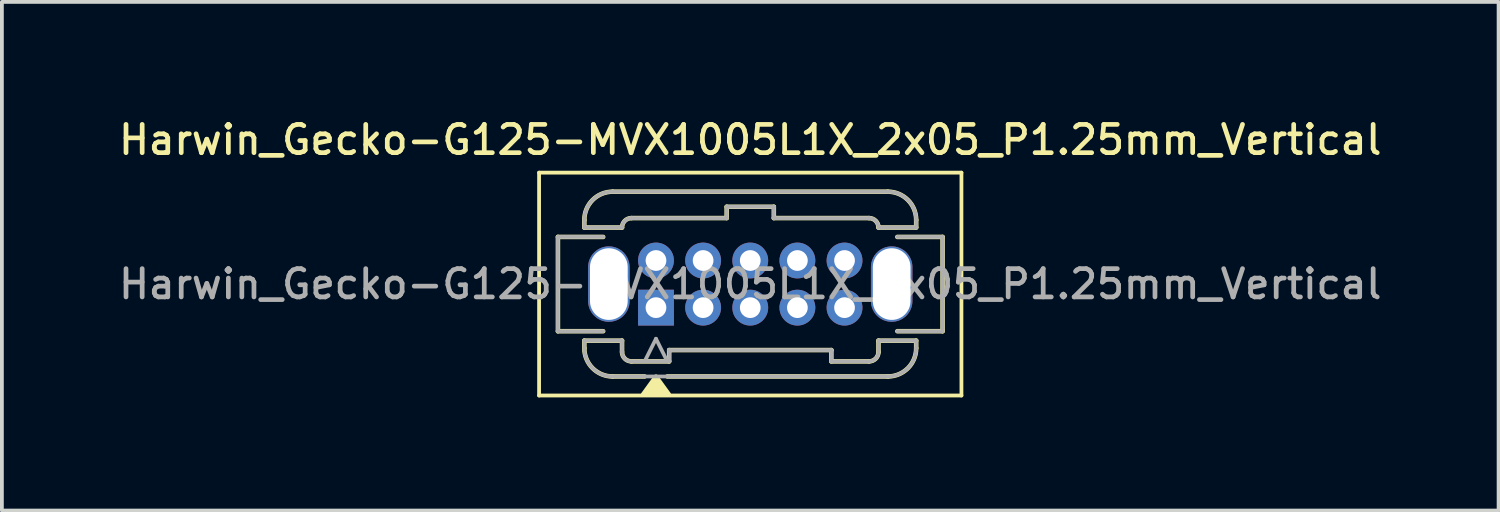
<source format=kicad_pcb>
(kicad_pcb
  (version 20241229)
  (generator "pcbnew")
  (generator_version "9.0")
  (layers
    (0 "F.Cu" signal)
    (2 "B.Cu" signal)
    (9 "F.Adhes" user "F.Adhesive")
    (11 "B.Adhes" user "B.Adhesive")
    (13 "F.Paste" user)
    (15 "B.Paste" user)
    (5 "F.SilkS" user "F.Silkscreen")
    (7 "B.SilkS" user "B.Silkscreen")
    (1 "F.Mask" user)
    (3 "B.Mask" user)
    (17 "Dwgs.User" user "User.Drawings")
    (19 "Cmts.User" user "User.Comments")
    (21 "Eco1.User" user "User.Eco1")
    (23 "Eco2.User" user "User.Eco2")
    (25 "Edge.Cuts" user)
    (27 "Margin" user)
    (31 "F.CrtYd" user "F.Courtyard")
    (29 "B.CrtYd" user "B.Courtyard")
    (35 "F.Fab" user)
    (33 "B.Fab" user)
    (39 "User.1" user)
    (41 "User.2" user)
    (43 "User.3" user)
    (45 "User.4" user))
  (footprint "Harwin_Gecko-G125-MVX1005L1X_2x05_P1.25mm_Vertical"
    (layer "F.Cu")
    (at 14.345 5.108)
    (property "Reference" "Harwin_Gecko-G125-MVX1005L1X_2x05_P1.25mm_Vertical" (at 2.5 -4.45 0) (layer "F.SilkS") (effects (font (size 0.75 0.75) (thickness 0.125))))
    (attr through_hole)
    (fp_line (start -3.1 -3.58) (end -3.1 2.33) (stroke (width 0.1) (type solid)) (layer "F.SilkS"))
    (fp_line (start -3.1 2.33) (end 8.1 2.33) (stroke (width 0.1) (type solid)) (layer "F.SilkS"))
    (fp_line (start -2.6 -1.875) (end -2.6 0.625) (stroke (width 0.12) (type solid)) (layer "F.SilkS"))
    (fp_line (start -2.6 0.625) (end -1.4 0.625) (stroke (width 0.12) (type solid)) (layer "F.SilkS"))
    (fp_line (start -1.9 -2.325) (end -1.9 -2.125) (stroke (width 0.12) (type solid)) (layer "F.SilkS"))
    (fp_line (start -1.9 -2.125) (end -0.9 -2.125) (stroke (width 0.12) (type solid)) (layer "F.SilkS"))
    (fp_line (start -1.9 0.875) (end -0.9 0.875) (stroke (width 0.12) (type solid)) (layer "F.SilkS"))
    (fp_line (start -1.9 1.075) (end -1.9 0.875) (stroke (width 0.12) (type solid)) (layer "F.SilkS"))
    (fp_line (start -1.4 -1.875) (end -2.6 -1.875) (stroke (width 0.12) (type solid)) (layer "F.SilkS"))
    (fp_line (start -1.15 -3.075) (end 6.15 -3.075) (stroke (width 0.12) (type solid)) (layer "F.SilkS"))
    (fp_line (start -1.15 1.825) (end -0.3 1.825) (stroke (width 0.12) (type solid)) (layer "F.SilkS"))
    (fp_line (start -0.9 1.175) (end -0.9 0.875) (stroke (width 0.12) (type solid)) (layer "F.SilkS"))
    (fp_line (start -0.65 -2.375) (end 1.875 -2.375) (stroke (width 0.12) (type solid)) (layer "F.SilkS"))
    (fp_line (start -0.65 1.425) (end 0.35 1.425) (stroke (width 0.12) (type solid)) (layer "F.SilkS"))
    (fp_line (start 0.3 1.825) (end 6.15 1.825) (stroke (width 0.12) (type solid)) (layer "F.SilkS"))
    (fp_line (start 0.35 1.125) (end 4.65 1.125) (stroke (width 0.12) (type solid)) (layer "F.SilkS"))
    (fp_line (start 0.35 1.425) (end 0.35 1.125) (stroke (width 0.12) (type solid)) (layer "F.SilkS"))
    (fp_line (start 1.875 -2.675) (end 3.125 -2.675) (stroke (width 0.12) (type solid)) (layer "F.SilkS"))
    (fp_line (start 1.875 -2.375) (end 1.875 -2.675) (stroke (width 0.12) (type solid)) (layer "F.SilkS"))
    (fp_line (start 3.125 -2.675) (end 3.125 -2.375) (stroke (width 0.12) (type solid)) (layer "F.SilkS"))
    (fp_line (start 3.125 -2.375) (end 5.65 -2.375) (stroke (width 0.12) (type solid)) (layer "F.SilkS"))
    (fp_line (start 4.65 1.125) (end 4.65 1.425) (stroke (width 0.12) (type solid)) (layer "F.SilkS"))
    (fp_line (start 4.65 1.425) (end 5.65 1.425) (stroke (width 0.12) (type solid)) (layer "F.SilkS"))
    (fp_line (start 5.9 1.175) (end 5.9 0.875) (stroke (width 0.12) (type solid)) (layer "F.SilkS"))
    (fp_line (start 6.4 -1.875) (end 7.6 -1.875) (stroke (width 0.12) (type solid)) (layer "F.SilkS"))
    (fp_line (start 6.9 -2.325) (end 6.9 -2.125) (stroke (width 0.12) (type solid)) (layer "F.SilkS"))
    (fp_line (start 6.9 -2.125) (end 5.9 -2.125) (stroke (width 0.12) (type solid)) (layer "F.SilkS"))
    (fp_line (start 6.9 0.875) (end 5.9 0.875) (stroke (width 0.12) (type solid)) (layer "F.SilkS"))
    (fp_line (start 6.9 1.075) (end 6.9 0.875) (stroke (width 0.12) (type solid)) (layer "F.SilkS"))
    (fp_line (start 7.6 -1.875) (end 7.6 0.625) (stroke (width 0.12) (type solid)) (layer "F.SilkS"))
    (fp_line (start 7.6 0.625) (end 6.4 0.625) (stroke (width 0.12) (type solid)) (layer "F.SilkS"))
    (fp_line (start 8.1 -3.58) (end -3.1 -3.58) (stroke (width 0.1) (type solid)) (layer "F.SilkS"))
    (fp_line (start 8.1 -3.58) (end 8.1 2.33) (stroke (width 0.1) (type solid)) (layer "F.SilkS"))
    (fp_arc (start -1.9 -2.325) (mid -1.68033 -2.85533) (end -1.15 -3.075) (stroke (width 0.12) (type solid)) (layer "F.SilkS"))
    (fp_arc (start -1.15 1.825) (mid -1.68033 1.60533) (end -1.9 1.075) (stroke (width 0.12) (type solid)) (layer "F.SilkS"))
    (fp_arc (start -0.9 -2.125) (mid -0.826777 -2.301777) (end -0.65 -2.375) (stroke (width 0.12) (type solid)) (layer "F.SilkS"))
    (fp_arc (start -0.65 1.425) (mid -0.826777 1.351777) (end -0.9 1.175) (stroke (width 0.12) (type solid)) (layer "F.SilkS"))
    (fp_arc (start 5.65 -2.375) (mid 5.826777 -2.301777) (end 5.9 -2.125) (stroke (width 0.12) (type solid)) (layer "F.SilkS"))
    (fp_arc (start 5.9 1.175) (mid 5.826777 1.351777) (end 5.65 1.425) (stroke (width 0.12) (type solid)) (layer "F.SilkS"))
    (fp_arc (start 6.15 -3.075) (mid 6.68033 -2.85533) (end 6.9 -2.325) (stroke (width 0.12) (type solid)) (layer "F.SilkS"))
    (fp_arc (start 6.9 1.075) (mid 6.68033 1.60533) (end 6.15 1.825) (stroke (width 0.12) (type solid)) (layer "F.SilkS"))
    (fp_poly (pts (xy 0 1.83) (xy -0.34 2.3) (xy 0.34 2.3) (xy 0 1.83)) (stroke (width 0.12) (type solid)) (fill yes) (layer "F.SilkS"))
    (fp_line (start -2.6 -1.875) (end -2.6 0.625) (stroke (width 0.1) (type solid)) (layer "F.Fab"))
    (fp_line (start -2.6 0.625) (end -1.4 0.625) (stroke (width 0.1) (type solid)) (layer "F.Fab"))
    (fp_line (start -1.9 -2.325) (end -1.9 -2.125) (stroke (width 0.1) (type solid)) (layer "F.Fab"))
    (fp_line (start -1.9 -2.125) (end -0.9 -2.125) (stroke (width 0.1) (type solid)) (layer "F.Fab"))
    (fp_line (start -1.9 0.875) (end -0.9 0.875) (stroke (width 0.1) (type solid)) (layer "F.Fab"))
    (fp_line (start -1.9 1.075) (end -1.9 0.875) (stroke (width 0.1) (type solid)) (layer "F.Fab"))
    (fp_line (start -1.4 -1.875) (end -2.6 -1.875) (stroke (width 0.1) (type solid)) (layer "F.Fab"))
    (fp_line (start -1.15 -3.075) (end 6.15 -3.075) (stroke (width 0.1) (type solid)) (layer "F.Fab"))
    (fp_line (start -1.15 1.825) (end 6.15 1.825) (stroke (width 0.1) (type solid)) (layer "F.Fab"))
    (fp_line (start -0.9 1.175) (end -0.9 0.875) (stroke (width 0.1) (type solid)) (layer "F.Fab"))
    (fp_line (start -0.65 -2.375) (end 1.875 -2.375) (stroke (width 0.1) (type solid)) (layer "F.Fab"))
    (fp_line (start -0.65 1.425) (end 0.35 1.425) (stroke (width 0.1) (type solid)) (layer "F.Fab"))
    (fp_line (start 0 0.825) (end -0.3 1.425) (stroke (width 0.1) (type solid)) (layer "F.Fab"))
    (fp_line (start 0.3 1.425) (end 0 0.825) (stroke (width 0.1) (type solid)) (layer "F.Fab"))
    (fp_line (start 0.35 1.125) (end 4.65 1.125) (stroke (width 0.1) (type solid)) (layer "F.Fab"))
    (fp_line (start 0.35 1.425) (end 0.35 1.125) (stroke (width 0.1) (type solid)) (layer "F.Fab"))
    (fp_line (start 1.875 -2.675) (end 3.125 -2.675) (stroke (width 0.1) (type solid)) (layer "F.Fab"))
    (fp_line (start 1.875 -2.375) (end 1.875 -2.675) (stroke (width 0.1) (type solid)) (layer "F.Fab"))
    (fp_line (start 3.125 -2.675) (end 3.125 -2.375) (stroke (width 0.1) (type solid)) (layer "F.Fab"))
    (fp_line (start 3.125 -2.375) (end 5.65 -2.375) (stroke (width 0.1) (type solid)) (layer "F.Fab"))
    (fp_line (start 4.65 1.125) (end 4.65 1.425) (stroke (width 0.1) (type solid)) (layer "F.Fab"))
    (fp_line (start 4.65 1.425) (end 5.65 1.425) (stroke (width 0.1) (type solid)) (layer "F.Fab"))
    (fp_line (start 5.9 1.175) (end 5.9 0.875) (stroke (width 0.1) (type solid)) (layer "F.Fab"))
    (fp_line (start 6.4 -1.875) (end 7.6 -1.875) (stroke (width 0.1) (type solid)) (layer "F.Fab"))
    (fp_line (start 6.9 -2.325) (end 6.9 -2.125) (stroke (width 0.1) (type solid)) (layer "F.Fab"))
    (fp_line (start 6.9 -2.125) (end 5.9 -2.125) (stroke (width 0.1) (type solid)) (layer "F.Fab"))
    (fp_line (start 6.9 0.875) (end 5.9 0.875) (stroke (width 0.1) (type solid)) (layer "F.Fab"))
    (fp_line (start 6.9 1.075) (end 6.9 0.875) (stroke (width 0.1) (type solid)) (layer "F.Fab"))
    (fp_line (start 7.6 -1.875) (end 7.6 0.625) (stroke (width 0.1) (type solid)) (layer "F.Fab"))
    (fp_line (start 7.6 0.625) (end 6.4 0.625) (stroke (width 0.1) (type solid)) (layer "F.Fab"))
    (fp_arc (start -1.9 -2.325) (mid -1.68033 -2.85533) (end -1.15 -3.075) (stroke (width 0.1) (type solid)) (layer "F.Fab"))
    (fp_arc (start -1.15 1.825) (mid -1.68033 1.60533) (end -1.9 1.075) (stroke (width 0.1) (type solid)) (layer "F.Fab"))
    (fp_arc (start -0.9 -2.125) (mid -0.826777 -2.301777) (end -0.65 -2.375) (stroke (width 0.1) (type solid)) (layer "F.Fab"))
    (fp_arc (start -0.65 1.425) (mid -0.826777 1.351777) (end -0.9 1.175) (stroke (width 0.1) (type solid)) (layer "F.Fab"))
    (fp_arc (start 5.65 -2.375) (mid 5.826777 -2.301777) (end 5.9 -2.125) (stroke (width 0.1) (type solid)) (layer "F.Fab"))
    (fp_arc (start 5.9 1.175) (mid 5.826777 1.351777) (end 5.65 1.425) (stroke (width 0.1) (type solid)) (layer "F.Fab"))
    (fp_arc (start 6.15 -3.075) (mid 6.68033 -2.85533) (end 6.9 -2.325) (stroke (width 0.1) (type solid)) (layer "F.Fab"))
    (fp_arc (start 6.9 1.075) (mid 6.68033 1.60533) (end 6.15 1.825) (stroke (width 0.1) (type solid)) (layer "F.Fab"))
    (fp_text user "${REFERENCE}" (at 2.5 -0.625 0) (layer "F.Fab") (effects (font (size 0.75 0.75) (thickness 0.125))))
    (pad "" np_thru_hole oval (at -1.25 -0.625) (size 1.1 2) (drill oval 1 1.9) (layers "*.Cu" "*.Mask"))
    (pad "" np_thru_hole oval (at 6.25 -0.625) (size 1.1 2) (drill oval 1 1.9) (layers "*.Cu" "*.Mask"))
    (pad "1" thru_hole rect (at 0 0) (size 0.95 0.95) (drill 0.55) (layers "*.Cu" "*.Mask"))
    (pad "2" thru_hole circle (at 1.25 0) (size 0.95 0.95) (drill 0.55) (layers "*.Cu" "*.Mask"))
    (pad "3" thru_hole circle (at 2.5 0) (size 0.95 0.95) (drill 0.55) (layers "*.Cu" "*.Mask"))
    (pad "4" thru_hole circle (at 3.75 0) (size 0.95 0.95) (drill 0.55) (layers "*.Cu" "*.Mask"))
    (pad "5" thru_hole circle (at 5 0) (size 0.95 0.95) (drill 0.55) (layers "*.Cu" "*.Mask"))
    (pad "6" thru_hole circle (at 0 -1.25) (size 0.95 0.95) (drill 0.55) (layers "*.Cu" "*.Mask"))
    (pad "7" thru_hole circle (at 1.25 -1.25) (size 0.95 0.95) (drill 0.55) (layers "*.Cu" "*.Mask"))
    (pad "8" thru_hole circle (at 2.5 -1.25) (size 0.95 0.95) (drill 0.55) (layers "*.Cu" "*.Mask"))
    (pad "9" thru_hole circle (at 3.75 -1.25) (size 0.95 0.95) (drill 0.55) (layers "*.Cu" "*.Mask"))
    (pad "10" thru_hole circle (at 5 -1.25) (size 0.95 0.95) (drill 0.55) (layers "*.Cu" "*.Mask")))
  (gr_rect
    (start -3 -3)
    (end 36.689 10.488)
    (stroke (width 0.1) (type default))
    (fill no)
    (layer "Edge.Cuts")))
</source>
